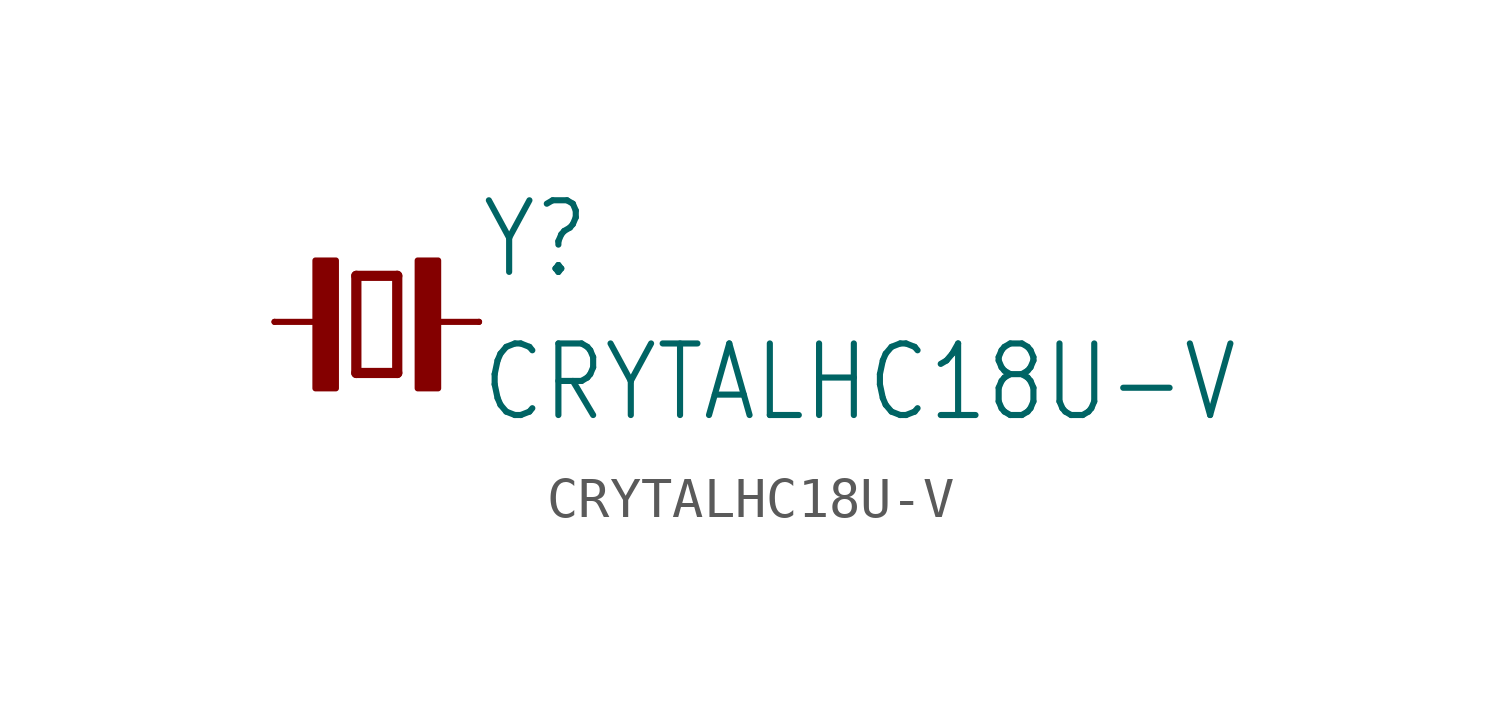
<source format=kicad_sym>
(kicad_symbol_lib
  (version 20211014)
  (generator kicad_symbol_editor)
  (symbol "CRYTALHC18U-V"
    (property "Reference" "Y"
      (at 2.54 1.016 0)
      (effects (font (size 1.778 1.511)) (justify left bottom)))
    (property "Value" "CRYTALHC18U-V"
      (at 2.54 -2.54 0)
      (effects (font (size 1.778 1.511)) (justify left bottom)))
    (property "ki_locked" ""
      (at 0 0 0)
      (effects (font (size 1.27 1.27))))
    (symbol "CRYTALHC18U-V_1_0"
      (rectangle (start -1.524 -1.651) (end -1.016 1.524) (stroke (width 0) (type default) (color 0 0 0 0)) (fill (type outline)))
      (polyline (pts (xy -2.54 0) (xy -1.143 0)) (stroke (width 0.152) (type default) (color 0 0 0 0)) (fill (type none)))
      (polyline (pts (xy -0.508 -1.27) (xy 0.508 -1.27)) (stroke (width 0.254) (type default) (color 0 0 0 0)) (fill (type none)))
      (polyline (pts (xy -0.508 1.143) (xy -0.508 -1.27)) (stroke (width 0.254) (type default) (color 0 0 0 0)) (fill (type none)))
      (polyline (pts (xy 0.508 -1.27) (xy 0.508 1.143)) (stroke (width 0.254) (type default) (color 0 0 0 0)) (fill (type none)))
      (polyline (pts (xy 0.508 1.143) (xy -0.508 1.143)) (stroke (width 0.254) (type default) (color 0 0 0 0)) (fill (type none)))
      (polyline (pts (xy 1.143 0) (xy 2.54 0)) (stroke (width 0.152) (type default) (color 0 0 0 0)) (fill (type none)))
      (rectangle (start 1.016 -1.651) (end 1.524 1.524) (stroke (width 0) (type default) (color 0 0 0 0)) (fill (type outline)))
      (pin passive line (at -2.54 0 0) (length 0) (name "1" (effects (font (size 0 0)))) (number "1" (effects (font (size 0 0)))))
      (pin passive line (at 2.54 0 180) (length 0) (name "2" (effects (font (size 0 0)))) (number "2" (effects (font (size 0 0))))))))
</source>
